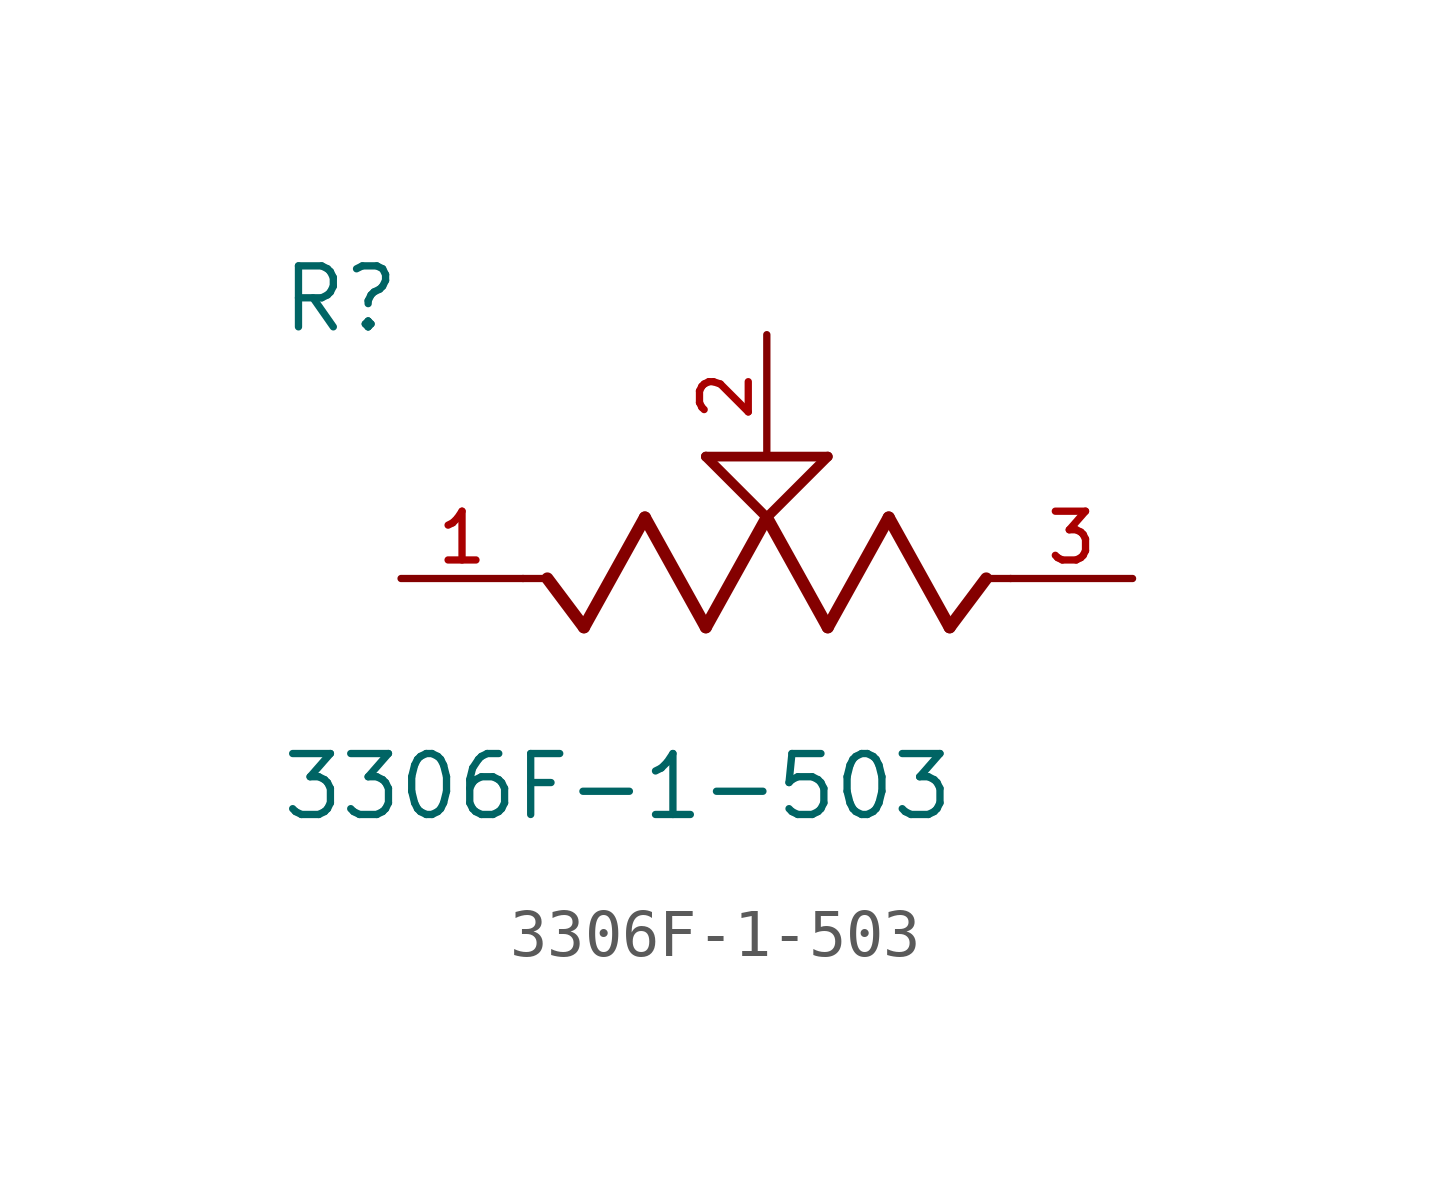
<source format=kicad_sym>
(kicad_symbol_lib
  (version 20211014)
  (generator kicad_symbol_editor)
  (symbol "3306F-1-503"
    (pin_names
      (offset 1.016))
    (property "Reference" "R"
      (at -10.16 5.08 0)
      (effects (font (size 1.27 1.27)) (justify bottom left)))
    (property "Value" "3306F-1-503"
      (at -10.16 -5.08 0)
      (effects (font (size 1.27 1.27)) (justify bottom left)))
    (symbol "3306F-1-503_0_0"
      (polyline (pts (xy 5.08 0.0) (xy 4.572 0.0)) (stroke (width 0.152)))
      (polyline (pts (xy 4.572 0.0) (xy 3.81 -1.016)) (stroke (width 0.254)))
      (polyline (pts (xy 3.81 -1.016) (xy 2.54 1.27)) (stroke (width 0.254)))
      (polyline (pts (xy 2.54 1.27) (xy 1.27 -1.016)) (stroke (width 0.254)))
      (polyline (pts (xy 1.27 -1.016) (xy 0.0 1.27)) (stroke (width 0.254)))
      (polyline (pts (xy 0.0 1.27) (xy -1.27 -1.016)) (stroke (width 0.254)))
      (polyline (pts (xy -1.27 -1.016) (xy -2.54 1.27)) (stroke (width 0.254)))
      (polyline (pts (xy -2.54 1.27) (xy -3.81 -1.016)) (stroke (width 0.254)))
      (polyline (pts (xy -3.81 -1.016) (xy -4.572 0.0)) (stroke (width 0.254)))
      (polyline (pts (xy -4.572 0.0) (xy -5.08 0.0)) (stroke (width 0.152)))
      (polyline (pts (xy 0.0 1.27) (xy -1.27 2.54)) (stroke (width 0.203)))
      (polyline (pts (xy 1.27 2.54) (xy 0.0 1.27)) (stroke (width 0.203)))
      (polyline (pts (xy -1.27 2.54) (xy 1.27 2.54)) (stroke (width 0.203)))
      (pin passive line (at 7.62 0.0 180.0) (length 2.54) (name "~" (effects (font (size 1.016 1.016)))) (number "3" (effects (font (size 1.016 1.016)))))
      (pin passive line (at -7.62 0.0 0) (length 2.54) (name "~" (effects (font (size 1.016 1.016)))) (number "1" (effects (font (size 1.016 1.016)))))
      (pin passive line (at 0.0 5.08 270.0) (length 2.54) (name "~" (effects (font (size 1.016 1.016)))) (number "2" (effects (font (size 1.016 1.016))))))))
</source>
